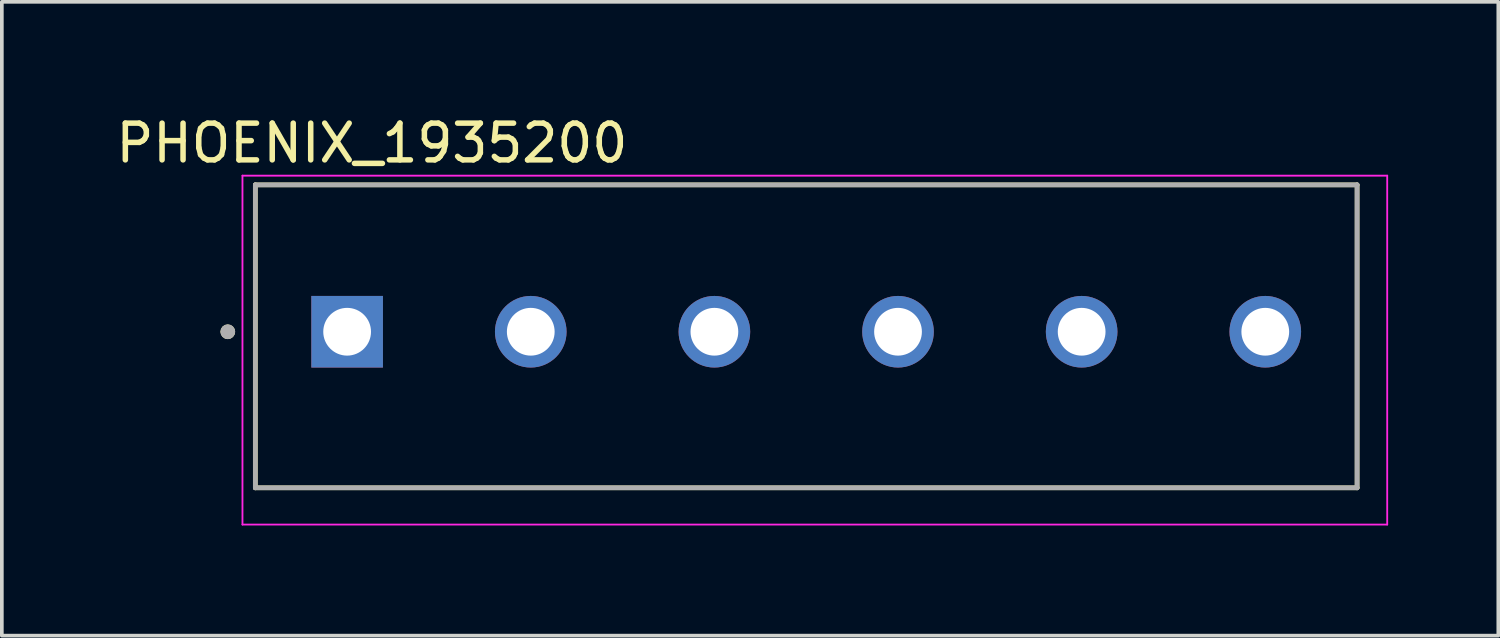
<source format=kicad_pcb>
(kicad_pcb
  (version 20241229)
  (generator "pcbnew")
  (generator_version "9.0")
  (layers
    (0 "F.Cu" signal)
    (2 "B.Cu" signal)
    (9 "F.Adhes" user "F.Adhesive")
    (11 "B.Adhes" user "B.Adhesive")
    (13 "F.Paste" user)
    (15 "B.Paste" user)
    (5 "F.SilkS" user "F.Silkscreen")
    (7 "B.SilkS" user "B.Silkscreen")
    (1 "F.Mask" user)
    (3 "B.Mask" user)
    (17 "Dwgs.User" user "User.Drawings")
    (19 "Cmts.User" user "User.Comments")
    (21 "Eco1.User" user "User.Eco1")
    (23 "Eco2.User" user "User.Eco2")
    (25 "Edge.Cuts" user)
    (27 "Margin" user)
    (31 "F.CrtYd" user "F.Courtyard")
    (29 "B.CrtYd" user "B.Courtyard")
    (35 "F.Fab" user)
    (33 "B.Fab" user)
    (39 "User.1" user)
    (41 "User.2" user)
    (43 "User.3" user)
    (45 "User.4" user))
  (footprint "PHOENIX_1935200"
    (layer "F.Cu")
    (at 3.902 10.233)
    (property "Reference" "PHOENIX_1935200" (at 3.175 -9.385 0) (layer "F.SilkS") (effects (font (size 1 1) (thickness 0.15))))
    (attr through_hole)
    (fp_line (start 0 -8.25) (end 30 -8.25) (stroke (width 0.127) (type solid)) (layer "F.SilkS"))
    (fp_line (start 0 0) (end 0 -8.25) (stroke (width 0.127) (type solid)) (layer "F.SilkS"))
    (fp_line (start 0 0) (end 30 0) (stroke (width 0.127) (type solid)) (layer "F.SilkS"))
    (fp_line (start 30 0) (end 30 -8.25) (stroke (width 0.127) (type solid)) (layer "F.SilkS"))
    (fp_circle (center -0.75 -4.25) (end -0.65 -4.25) (stroke (width 0.2) (type solid)) (fill no) (layer "F.SilkS"))
    (fp_line (start -0.35 -8.5) (end -0.35 1) (stroke (width 0.05) (type solid)) (layer "F.CrtYd"))
    (fp_line (start -0.35 1) (end 30.82 1) (stroke (width 0.05) (type solid)) (layer "F.CrtYd"))
    (fp_line (start 30.82 -8.5) (end -0.35 -8.5) (stroke (width 0.05) (type solid)) (layer "F.CrtYd"))
    (fp_line (start 30.82 1) (end 30.82 -8.5) (stroke (width 0.05) (type solid)) (layer "F.CrtYd"))
    (fp_line (start 0 -8.25) (end 30 -8.25) (stroke (width 0.127) (type solid)) (layer "F.Fab"))
    (fp_line (start 0 0) (end 0 -8.25) (stroke (width 0.127) (type solid)) (layer "F.Fab"))
    (fp_line (start 0 0) (end 30 0) (stroke (width 0.127) (type solid)) (layer "F.Fab"))
    (fp_line (start 30 0) (end 30 -8.25) (stroke (width 0.127) (type solid)) (layer "F.Fab"))
    (fp_circle (center -0.75 -4.25) (end -0.65 -4.25) (stroke (width 0.2) (type solid)) (fill no) (layer "F.Fab"))
    (pad "1" thru_hole rect (at 2.5 -4.25) (size 1.95 1.95) (drill 1.3) (layers "*.Cu" "*.Mask"))
    (pad "2" thru_hole circle (at 7.5 -4.25) (size 1.95 1.95) (drill 1.3) (layers "*.Cu" "*.Mask"))
    (pad "3" thru_hole circle (at 12.5 -4.25) (size 1.95 1.95) (drill 1.3) (layers "*.Cu" "*.Mask"))
    (pad "4" thru_hole circle (at 17.5 -4.25) (size 1.95 1.95) (drill 1.3) (layers "*.Cu" "*.Mask"))
    (pad "5" thru_hole circle (at 22.5 -4.25) (size 1.95 1.95) (drill 1.3) (layers "*.Cu" "*.Mask"))
    (pad "6" thru_hole circle (at 27.5 -4.25) (size 1.95 1.95) (drill 1.3) (layers "*.Cu" "*.Mask")))
  (gr_rect
    (start -3 -3)
    (end 37.747 14.258)
    (stroke (width 0.1) (type default))
    (fill no)
    (layer "Edge.Cuts")))
</source>
